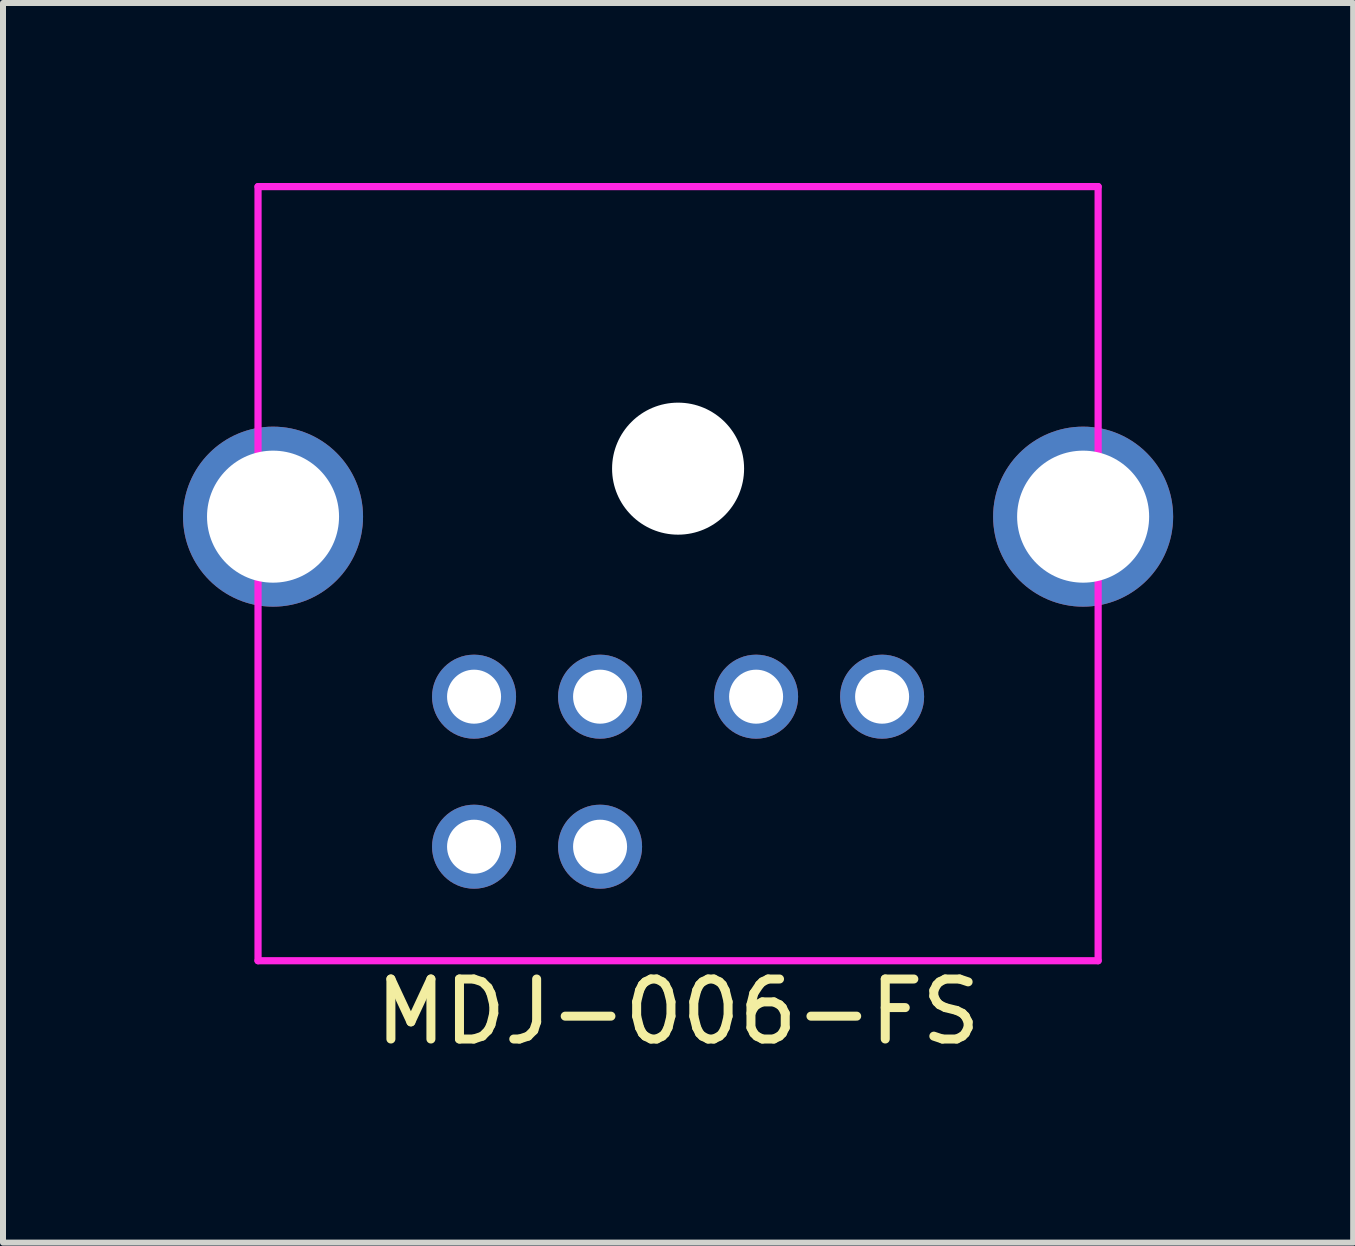
<source format=kicad_pcb>
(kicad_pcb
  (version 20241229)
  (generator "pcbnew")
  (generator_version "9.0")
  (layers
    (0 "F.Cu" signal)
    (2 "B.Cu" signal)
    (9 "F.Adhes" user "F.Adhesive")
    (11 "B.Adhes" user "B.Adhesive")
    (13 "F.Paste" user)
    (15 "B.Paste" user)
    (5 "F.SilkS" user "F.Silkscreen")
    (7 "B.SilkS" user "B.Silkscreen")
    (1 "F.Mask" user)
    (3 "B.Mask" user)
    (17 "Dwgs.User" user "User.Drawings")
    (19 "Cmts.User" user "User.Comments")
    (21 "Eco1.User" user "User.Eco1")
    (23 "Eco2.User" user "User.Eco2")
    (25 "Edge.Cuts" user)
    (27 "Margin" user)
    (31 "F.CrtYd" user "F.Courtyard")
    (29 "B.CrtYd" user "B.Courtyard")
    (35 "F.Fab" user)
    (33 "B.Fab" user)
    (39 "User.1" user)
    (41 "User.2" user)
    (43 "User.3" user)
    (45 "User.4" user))
  (footprint "MDJ-006-FS"
    (layer "F.Cu")
    (at 8.25 4.76)
    (property "Reference" "MDJ-006-FS" (at 0 9.05 180) (layer "F.SilkS") (effects (font (size 1 1) (thickness 0.15))))
    (attr through_hole)
    (fp_line (start -7 -4.7) (end -7 8.2) (stroke (width 0.12) (type solid)) (layer "F.CrtYd"))
    (fp_line (start -7 8.2) (end 7 8.2) (stroke (width 0.12) (type solid)) (layer "F.CrtYd"))
    (fp_line (start 7 -4.7) (end -7 -4.7) (stroke (width 0.12) (type solid)) (layer "F.CrtYd"))
    (fp_line (start 7 8.2) (end 7 -4.7) (stroke (width 0.12) (type solid)) (layer "F.CrtYd"))
    (pad "" np_thru_hole circle (at 0 0 180) (size 2.2 2.2) (drill 2.2) (layers "*.Cu" "*.Mask"))
    (pad "1" thru_hole circle (at -1.3 3.8 180) (size 1.4 1.4) (drill 0.9) (layers "*.Cu" "*.Mask"))
    (pad "2" thru_hole circle (at 1.3 3.8 180) (size 1.4 1.4) (drill 0.9) (layers "*.Cu" "*.Mask"))
    (pad "3" thru_hole circle (at -3.4 3.8 180) (size 1.4 1.4) (drill 0.9) (layers "*.Cu" "*.Mask"))
    (pad "4" thru_hole circle (at -1.3 6.3 180) (size 1.4 1.4) (drill 0.9) (layers "*.Cu" "*.Mask"))
    (pad "5" thru_hole circle (at 3.4 3.8 180) (size 1.4 1.4) (drill 0.9) (layers "*.Cu" "*.Mask"))
    (pad "6" thru_hole circle (at -3.4 6.3 180) (size 1.4 1.4) (drill 0.9) (layers "*.Cu" "*.Mask"))
    (pad "SH" thru_hole circle (at -6.75 0.8 180) (size 3 3) (drill 2.2) (layers "*.Cu" "*.Mask"))
    (pad "SH" thru_hole circle (at 6.75 0.8 180) (size 3 3) (drill 2.2) (layers "*.Cu" "*.Mask")))
  (gr_rect
    (start -3 -3)
    (end 19.5 17.658)
    (stroke (width 0.1) (type default))
    (fill no)
    (layer "Edge.Cuts")))
</source>
